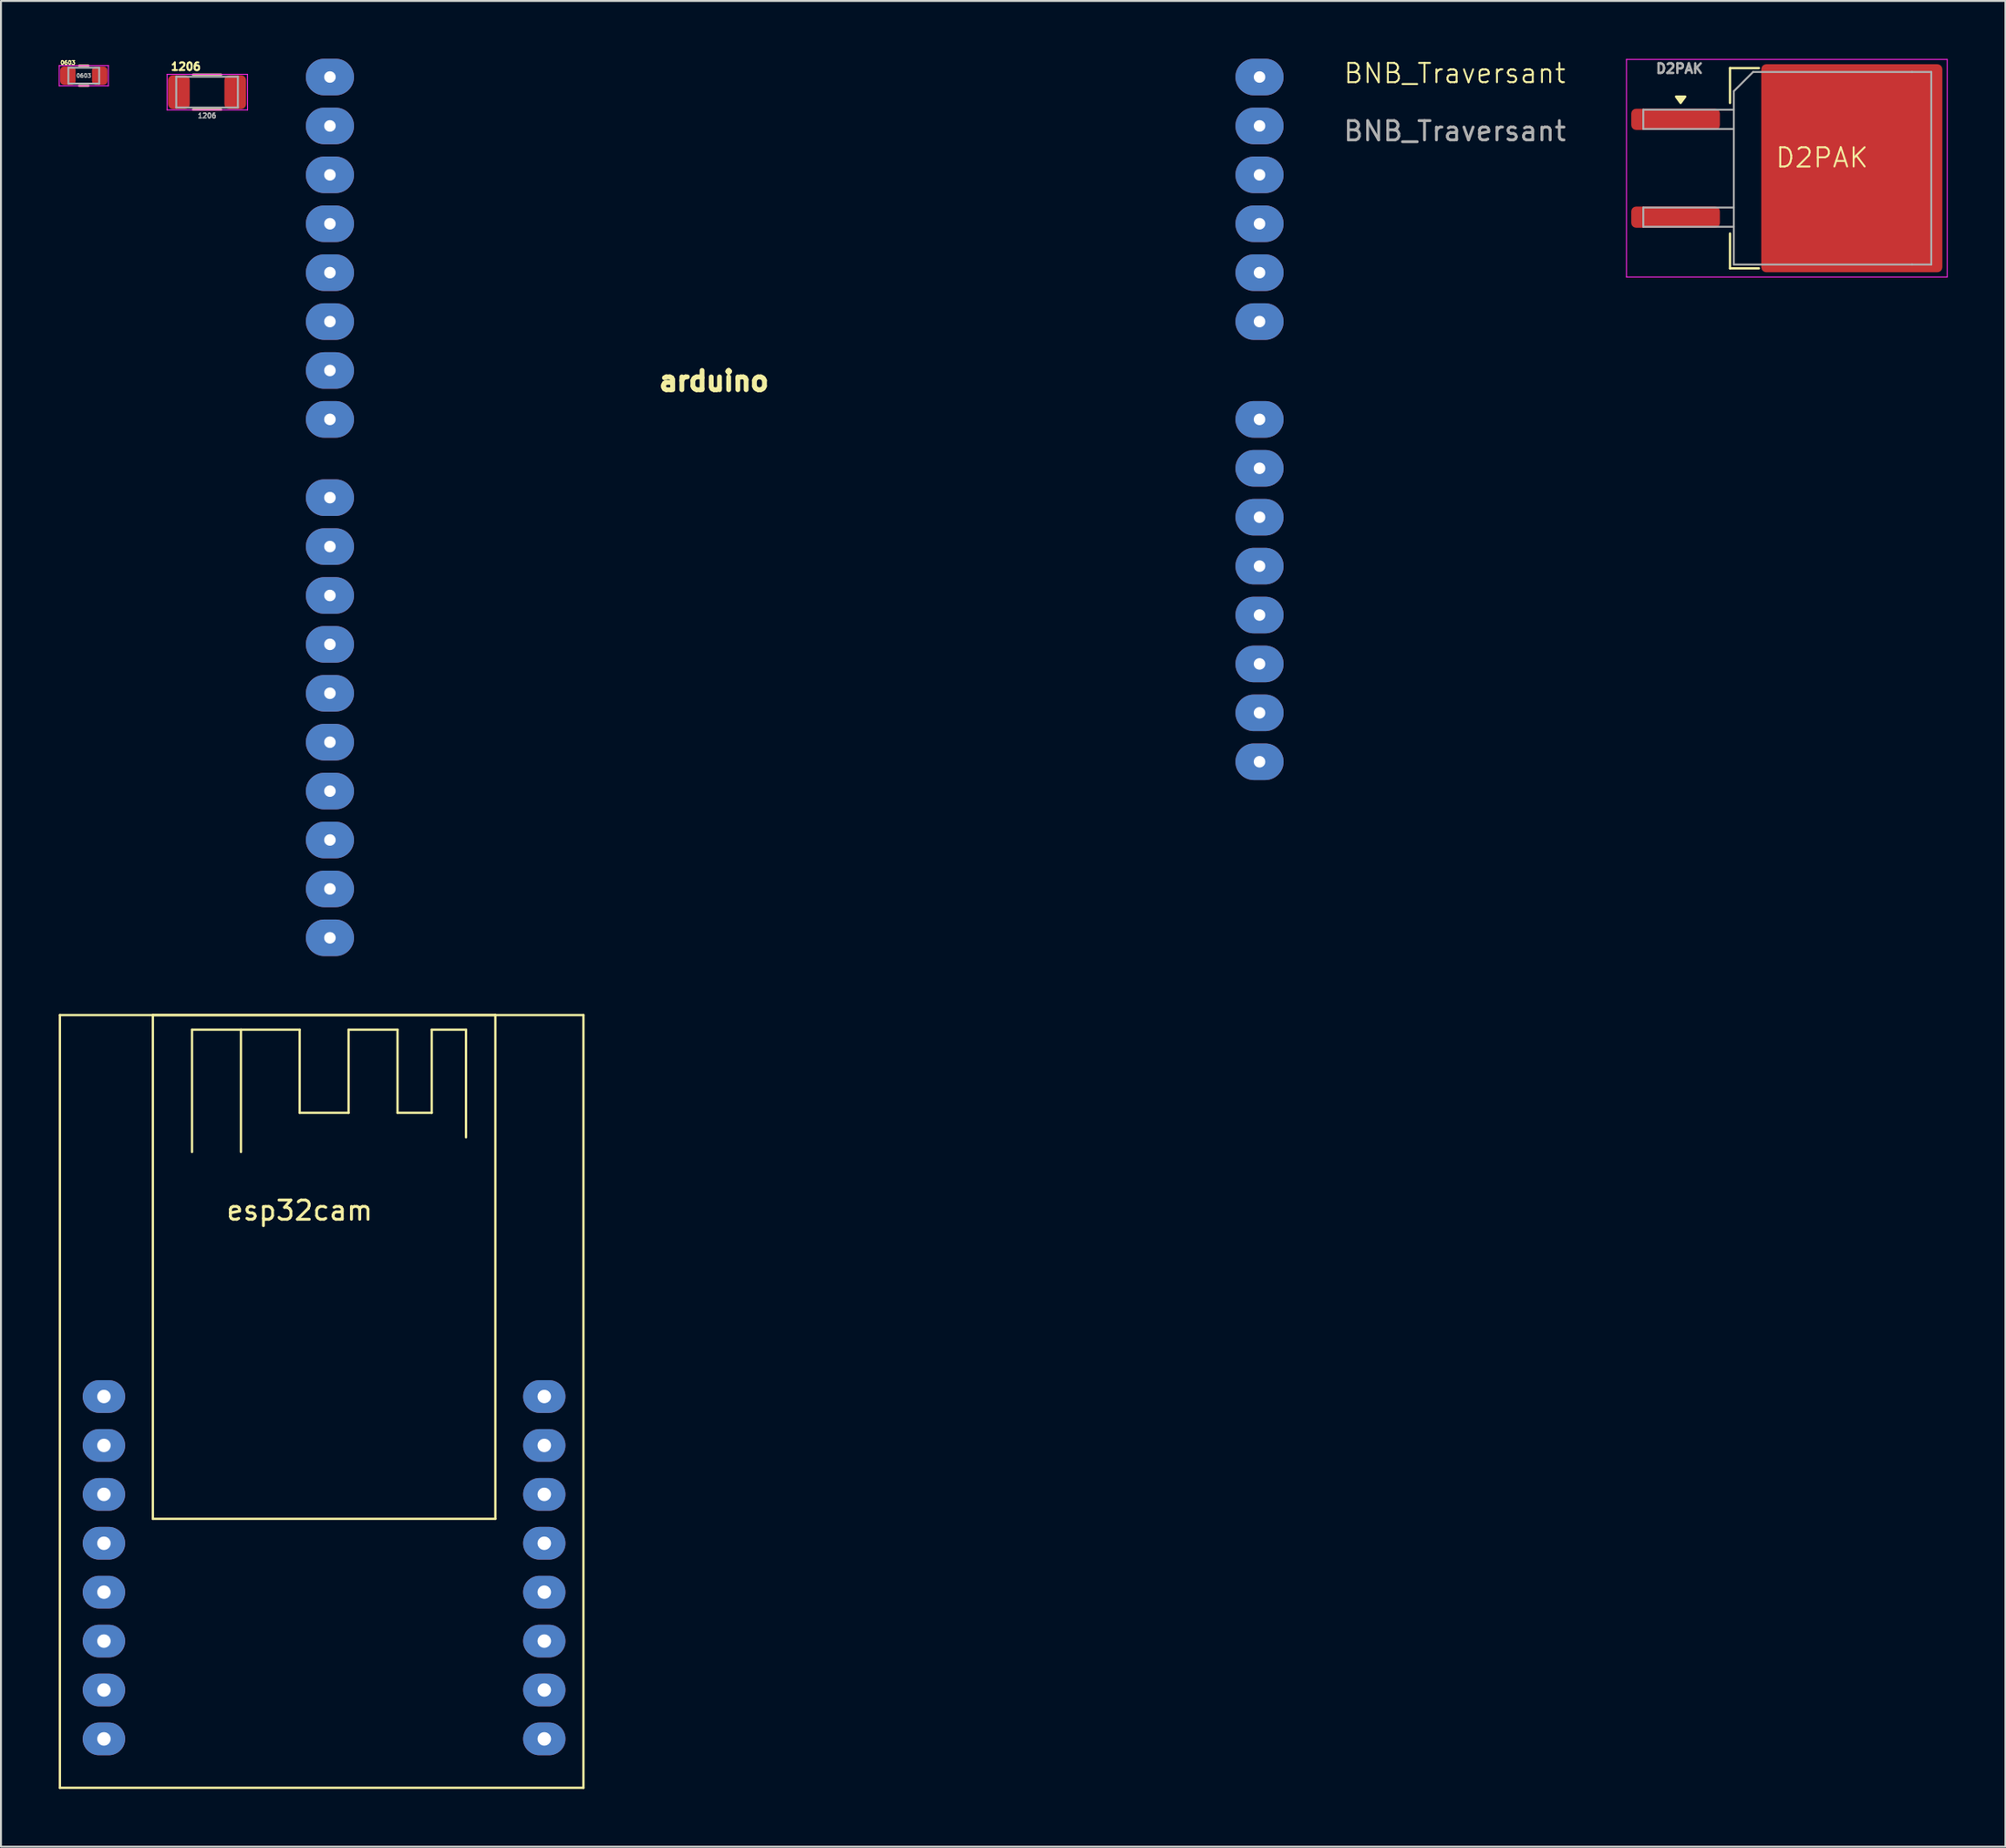
<source format=kicad_pcb>
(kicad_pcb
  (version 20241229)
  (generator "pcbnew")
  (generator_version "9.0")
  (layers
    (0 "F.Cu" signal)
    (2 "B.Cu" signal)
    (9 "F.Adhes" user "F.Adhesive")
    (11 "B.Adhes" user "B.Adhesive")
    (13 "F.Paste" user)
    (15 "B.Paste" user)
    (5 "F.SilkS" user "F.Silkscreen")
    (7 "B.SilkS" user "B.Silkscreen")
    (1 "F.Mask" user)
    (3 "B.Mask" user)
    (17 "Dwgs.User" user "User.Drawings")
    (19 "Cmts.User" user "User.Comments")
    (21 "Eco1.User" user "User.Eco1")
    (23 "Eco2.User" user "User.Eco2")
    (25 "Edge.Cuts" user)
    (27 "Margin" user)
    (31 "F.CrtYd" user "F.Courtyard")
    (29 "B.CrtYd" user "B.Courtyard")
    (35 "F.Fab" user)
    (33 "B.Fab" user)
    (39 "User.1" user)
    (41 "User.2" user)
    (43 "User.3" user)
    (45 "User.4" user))
  (footprint "D2PAK"
    (layer "F.Cu")
    (at 91.536 5.637)
    (property "Reference" "D2PAK" (at 0 -0.5 0) (unlocked yes) (layer "F.SilkS") (effects (font (size 1 1) (thickness 0.1))))
    (attr smd)
    (fp_line (start -4.775 -5.15) (end -4.775 -3.34) (stroke (width 0.12) (type solid)) (layer "F.SilkS"))
    (fp_line (start -4.775 5.25) (end -4.775 3.44) (stroke (width 0.12) (type solid)) (layer "F.SilkS"))
    (fp_line (start -3.275 -5.15) (end -4.775 -5.15) (stroke (width 0.12) (type solid)) (layer "F.SilkS"))
    (fp_line (start -3.275 5.25) (end -4.775 5.25) (stroke (width 0.12) (type solid)) (layer "F.SilkS"))
    (fp_poly (pts (xy -7.338 -3.34) (xy -7.577 -3.67) (xy -7.098 -3.67) (xy -7.338 -3.34)) (stroke (width 0.12) (type solid)) (fill yes) (layer "F.SilkS"))
    (fp_line (start -10.15 -5.6) (end -10.15 5.7) (stroke (width 0.05) (type solid)) (layer "F.CrtYd"))
    (fp_line (start -10.15 5.7) (end 6.5 5.7) (stroke (width 0.05) (type solid)) (layer "F.CrtYd"))
    (fp_line (start 6.5 -5.6) (end -10.15 -5.6) (stroke (width 0.05) (type solid)) (layer "F.CrtYd"))
    (fp_line (start 6.5 5.7) (end 6.5 -5.6) (stroke (width 0.05) (type solid)) (layer "F.CrtYd"))
    (fp_line (start -9.275 -2.99) (end -9.275 -1.99) (stroke (width 0.1) (type solid)) (layer "F.Fab"))
    (fp_line (start -9.275 -1.99) (end -4.575 -1.99) (stroke (width 0.1) (type solid)) (layer "F.Fab"))
    (fp_line (start -9.275 2.09) (end -9.275 3.09) (stroke (width 0.1) (type solid)) (layer "F.Fab"))
    (fp_line (start -9.275 3.09) (end -4.575 3.09) (stroke (width 0.1) (type solid)) (layer "F.Fab"))
    (fp_line (start -4.575 -3.95) (end -3.575 -4.95) (stroke (width 0.1) (type solid)) (layer "F.Fab"))
    (fp_line (start -4.575 -2.99) (end -9.275 -2.99) (stroke (width 0.1) (type solid)) (layer "F.Fab"))
    (fp_line (start -4.575 2.09) (end -9.275 2.09) (stroke (width 0.1) (type solid)) (layer "F.Fab"))
    (fp_line (start -4.575 5.05) (end -4.575 -3.95) (stroke (width 0.1) (type solid)) (layer "F.Fab"))
    (fp_line (start -3.575 -4.95) (end 4.675 -4.95) (stroke (width 0.1) (type solid)) (layer "F.Fab"))
    (fp_line (start 4.675 -4.95) (end 5.675 -4.95) (stroke (width 0.1) (type solid)) (layer "F.Fab"))
    (fp_line (start 4.675 5.05) (end -4.575 5.05) (stroke (width 0.1) (type solid)) (layer "F.Fab"))
    (fp_line (start 5.675 -4.95) (end 5.675 5.05) (stroke (width 0.1) (type solid)) (layer "F.Fab"))
    (fp_line (start 5.675 5.05) (end 4.675 5.05) (stroke (width 0.1) (type solid)) (layer "F.Fab"))
    (fp_text user "${REFERENCE}" (at -7.4 -5.125 0) (unlocked yes) (layer "F.Fab") (effects (font (size 0.5 0.5) (thickness 0.125))))
    (pad "1" smd roundrect (at -7.6 -2.49) (size 4.6 1.1) (layers "F.Cu" "F.Mask" "F.Paste") (roundrect_rratio 0.227))
    (pad "2" smd roundrect (at 1.55 0.05) (size 9.4 10.8) (layers "F.Cu" "F.Mask") (roundrect_rratio 0.027))
    (pad "3" smd roundrect (at -7.6 2.59) (size 4.6 1.1) (layers "F.Cu" "F.Mask" "F.Paste") (roundrect_rratio 0.227)))
  (footprint "0603"
    (layer "F.Cu")
    (at 1.3 0.88)
    (property "Reference" "0603" (at -0.825 -0.675 0) (layer "F.SilkS") (effects (font (size 0.2 0.2) (thickness 0.05))))
    (attr smd)
    (fp_line (start -0.237 -0.522) (end 0.237 -0.522) (stroke (width 0.12) (type solid)) (layer "F.SilkS"))
    (fp_line (start -0.237 0.522) (end 0.237 0.522) (stroke (width 0.12) (type solid)) (layer "F.SilkS"))
    (fp_line (start -1.275 -0.525) (end 1.275 -0.525) (stroke (width 0.05) (type solid)) (layer "F.CrtYd"))
    (fp_line (start -1.275 0.525) (end -1.275 -0.525) (stroke (width 0.05) (type solid)) (layer "F.CrtYd"))
    (fp_line (start 1.275 -0.525) (end 1.275 0.525) (stroke (width 0.05) (type solid)) (layer "F.CrtYd"))
    (fp_line (start 1.275 0.525) (end -1.275 0.525) (stroke (width 0.05) (type solid)) (layer "F.CrtYd"))
    (fp_line (start -0.8 -0.412) (end 0.8 -0.412) (stroke (width 0.1) (type solid)) (layer "F.Fab"))
    (fp_line (start -0.8 0.412) (end -0.8 -0.412) (stroke (width 0.1) (type solid)) (layer "F.Fab"))
    (fp_line (start 0.8 -0.412) (end 0.8 0.412) (stroke (width 0.1) (type solid)) (layer "F.Fab"))
    (fp_line (start 0.8 0.412) (end -0.8 0.412) (stroke (width 0.1) (type solid)) (layer "F.Fab"))
    (fp_text user "${REFERENCE}" (at 0 0 0) (layer "F.Fab") (effects (font (size 0.2 0.2) (thickness 0.05))))
    (pad "1" smd roundrect (at -0.825 0) (size 0.8 0.95) (layers "F.Cu" "F.Mask" "F.Paste") (roundrect_rratio 0.25))
    (pad "2" smd roundrect (at 0.825 0) (size 0.8 0.95) (layers "F.Cu" "F.Mask" "F.Paste") (roundrect_rratio 0.25)))
  (footprint "esp32cam"
    (layer "F.Cu")
    (at 14.284 69.476)
    (property "Reference" "esp32cam" (at -1.778 -9.66 0) (layer "F.SilkS") (effects (font (size 1 1) (thickness 0.15))))
    (attr through_hole)
    (fp_line (start -14.224 -19.812) (end -14.224 20.32) (stroke (width 0.12) (type solid)) (layer "F.SilkS"))
    (fp_line (start -14.224 -19.812) (end 12.954 -19.812) (stroke (width 0.12) (type solid)) (layer "F.SilkS"))
    (fp_line (start -9.398 -19.812) (end 8.382 -19.812) (stroke (width 0.12) (type solid)) (layer "F.SilkS"))
    (fp_line (start -9.398 6.35) (end -9.398 -19.812) (stroke (width 0.12) (type solid)) (layer "F.SilkS"))
    (fp_line (start -7.366 -19.05) (end -4.826 -19.05) (stroke (width 0.12) (type solid)) (layer "F.SilkS"))
    (fp_line (start -7.366 -12.7) (end -7.366 -19.05) (stroke (width 0.12) (type solid)) (layer "F.SilkS"))
    (fp_line (start -4.826 -19.05) (end -4.826 -12.7) (stroke (width 0.12) (type solid)) (layer "F.SilkS"))
    (fp_line (start -4.826 -19.05) (end -1.778 -19.05) (stroke (width 0.12) (type solid)) (layer "F.SilkS"))
    (fp_line (start -1.778 -19.05) (end -1.778 -14.732) (stroke (width 0.12) (type solid)) (layer "F.SilkS"))
    (fp_line (start -1.778 -14.732) (end 0.762 -14.732) (stroke (width 0.12) (type solid)) (layer "F.SilkS"))
    (fp_line (start 0.762 -19.05) (end 3.302 -19.05) (stroke (width 0.12) (type solid)) (layer "F.SilkS"))
    (fp_line (start 0.762 -14.732) (end 0.762 -19.05) (stroke (width 0.12) (type solid)) (layer "F.SilkS"))
    (fp_line (start 3.302 -19.05) (end 3.302 -14.732) (stroke (width 0.12) (type solid)) (layer "F.SilkS"))
    (fp_line (start 3.302 -14.732) (end 5.08 -14.732) (stroke (width 0.12) (type solid)) (layer "F.SilkS"))
    (fp_line (start 5.08 -19.05) (end 6.858 -19.05) (stroke (width 0.12) (type solid)) (layer "F.SilkS"))
    (fp_line (start 5.08 -14.732) (end 5.08 -19.05) (stroke (width 0.12) (type solid)) (layer "F.SilkS"))
    (fp_line (start 6.858 -19.05) (end 6.858 -13.462) (stroke (width 0.12) (type solid)) (layer "F.SilkS"))
    (fp_line (start 8.382 6.35) (end -9.398 6.35) (stroke (width 0.12) (type solid)) (layer "F.SilkS"))
    (fp_line (start 8.382 6.35) (end 8.382 -19.812) (stroke (width 0.12) (type solid)) (layer "F.SilkS"))
    (fp_line (start 12.954 20.32) (end -14.224 20.32) (stroke (width 0.12) (type solid)) (layer "F.SilkS"))
    (fp_line (start 12.954 20.32) (end 12.954 -19.812) (stroke (width 0.12) (type solid)) (layer "F.SilkS"))
    (pad "1" thru_hole oval (at -11.938 0) (size 2.2 1.7) (drill 0.7) (layers "*.Cu" "*.Mask"))
    (pad "2" thru_hole oval (at -11.938 2.54) (size 2.2 1.7) (drill 0.7) (layers "*.Cu" "*.Mask"))
    (pad "3" thru_hole oval (at -11.938 5.08) (size 2.2 1.7) (drill 0.7) (layers "*.Cu" "*.Mask"))
    (pad "4" thru_hole oval (at -11.938 7.62) (size 2.2 1.7) (drill 0.7) (layers "*.Cu" "*.Mask"))
    (pad "5" thru_hole oval (at -11.938 10.16) (size 2.2 1.7) (drill 0.7) (layers "*.Cu" "*.Mask"))
    (pad "6" thru_hole oval (at -11.938 12.7) (size 2.2 1.7) (drill 0.7) (layers "*.Cu" "*.Mask"))
    (pad "7" thru_hole oval (at -11.938 15.24) (size 2.2 1.7) (drill 0.7) (layers "*.Cu" "*.Mask"))
    (pad "8" thru_hole oval (at -11.938 17.78) (size 2.2 1.7) (drill 0.7) (layers "*.Cu" "*.Mask"))
    (pad "9" thru_hole oval (at 10.922 17.78) (size 2.2 1.7) (drill 0.7) (layers "*.Cu" "*.Mask"))
    (pad "10" thru_hole oval (at 10.922 15.24) (size 2.2 1.7) (drill 0.7) (layers "*.Cu" "*.Mask"))
    (pad "11" thru_hole oval (at 10.922 12.7) (size 2.2 1.7) (drill 0.7) (layers "*.Cu" "*.Mask"))
    (pad "12" thru_hole oval (at 10.922 10.16) (size 2.2 1.7) (drill 0.7) (layers "*.Cu" "*.Mask"))
    (pad "13" thru_hole oval (at 10.922 7.62) (size 2.2 1.7) (drill 0.7) (layers "*.Cu" "*.Mask"))
    (pad "14" thru_hole oval (at 10.922 5.08) (size 2.2 1.7) (drill 0.7) (layers "*.Cu" "*.Mask"))
    (pad "15" thru_hole oval (at 10.922 2.54) (size 2.2 1.7) (drill 0.7) (layers "*.Cu" "*.Mask"))
    (pad "16" thru_hole oval (at 10.922 0) (size 2.2 1.7) (drill 0.7) (layers "*.Cu" "*.Mask")))
  (footprint "arduino"
    (layer "F.Cu")
    (at 14.077 0.95)
    (property "Reference" "arduino" (at 19.939 15.789 0) (layer "F.SilkS") (effects (font (size 1.001 1.001) (thickness 0.251))))
    (attr through_hole)
    (pad "1" thru_hole oval (at 0 0) (size 2.499 1.9) (drill 0.599) (layers "*.Cu" "*.Mask"))
    (pad "2" thru_hole oval (at 0 2.54) (size 2.499 1.9) (drill 0.599) (layers "*.Cu" "*.Mask"))
    (pad "3" thru_hole oval (at 0 5.08) (size 2.499 1.9) (drill 0.599) (layers "*.Cu" "*.Mask"))
    (pad "4" thru_hole oval (at 0 7.62) (size 2.499 1.9) (drill 0.599) (layers "*.Cu" "*.Mask"))
    (pad "5" thru_hole oval (at 0 10.16) (size 2.499 1.9) (drill 0.599) (layers "*.Cu" "*.Mask"))
    (pad "6" thru_hole oval (at 0 12.7) (size 2.499 1.9) (drill 0.599) (layers "*.Cu" "*.Mask"))
    (pad "7" thru_hole oval (at 0 15.24) (size 2.499 1.9) (drill 0.599) (layers "*.Cu" "*.Mask"))
    (pad "8" thru_hole oval (at 0 17.78) (size 2.499 1.9) (drill 0.599) (layers "*.Cu" "*.Mask"))
    (pad "9" thru_hole oval (at 0 21.844) (size 2.499 1.9) (drill 0.599) (layers "*.Cu" "*.Mask"))
    (pad "10" thru_hole oval (at 0 24.384) (size 2.499 1.9) (drill 0.599) (layers "*.Cu" "*.Mask"))
    (pad "11" thru_hole oval (at 0 26.924) (size 2.499 1.9) (drill 0.599) (layers "*.Cu" "*.Mask"))
    (pad "12" thru_hole oval (at 0 29.464) (size 2.499 1.9) (drill 0.599) (layers "*.Cu" "*.Mask"))
    (pad "13" thru_hole oval (at 0 32.004) (size 2.499 1.9) (drill 0.599) (layers "*.Cu" "*.Mask"))
    (pad "14" thru_hole oval (at 0 34.544) (size 2.499 1.9) (drill 0.599) (layers "*.Cu" "*.Mask"))
    (pad "15" thru_hole oval (at 0 37.084) (size 2.499 1.9) (drill 0.599) (layers "*.Cu" "*.Mask"))
    (pad "16" thru_hole oval (at 0 39.624) (size 2.499 1.9) (drill 0.599) (layers "*.Cu" "*.Mask"))
    (pad "17" thru_hole oval (at 0 42.164) (size 2.499 1.9) (drill 0.599) (layers "*.Cu" "*.Mask"))
    (pad "18" thru_hole oval (at 0 44.704) (size 2.499 1.9) (drill 0.599) (layers "*.Cu" "*.Mask"))
    (pad "19" thru_hole oval (at 48.26 35.56) (size 2.499 1.9) (drill 0.599) (layers "*.Cu" "*.Mask"))
    (pad "20" thru_hole oval (at 48.26 33.02) (size 2.499 1.9) (drill 0.599) (layers "*.Cu" "*.Mask"))
    (pad "21" thru_hole oval (at 48.26 30.48) (size 2.499 1.9) (drill 0.599) (layers "*.Cu" "*.Mask"))
    (pad "22" thru_hole oval (at 48.26 27.94) (size 2.499 1.9) (drill 0.599) (layers "*.Cu" "*.Mask"))
    (pad "23" thru_hole oval (at 48.26 25.4) (size 2.499 1.9) (drill 0.599) (layers "*.Cu" "*.Mask"))
    (pad "24" thru_hole oval (at 48.26 22.86) (size 2.499 1.9) (drill 0.599) (layers "*.Cu" "*.Mask"))
    (pad "25" thru_hole oval (at 48.26 20.32) (size 2.499 1.9) (drill 0.599) (layers "*.Cu" "*.Mask"))
    (pad "26" thru_hole oval (at 48.26 17.78) (size 2.499 1.9) (drill 0.599) (layers "*.Cu" "*.Mask"))
    (pad "27" thru_hole oval (at 48.26 12.7) (size 2.499 1.9) (drill 0.599) (layers "*.Cu" "*.Mask"))
    (pad "28" thru_hole oval (at 48.26 10.16) (size 2.499 1.9) (drill 0.599) (layers "*.Cu" "*.Mask"))
    (pad "29" thru_hole oval (at 48.26 7.62) (size 2.499 1.9) (drill 0.599) (layers "*.Cu" "*.Mask"))
    (pad "30" thru_hole oval (at 48.26 5.08) (size 2.499 1.9) (drill 0.599) (layers "*.Cu" "*.Mask"))
    (pad "31" thru_hole oval (at 48.26 2.54) (size 2.499 1.9) (drill 0.599) (layers "*.Cu" "*.Mask"))
    (pad "32" thru_hole oval (at 48.26 0) (size 2.499 1.9) (drill 0.599) (layers "*.Cu" "*.Mask")))
  (footprint "1206"
    (layer "F.Cu")
    (at 7.7 1.734)
    (property "Reference" "1206" (at -1.1 -1.325 0) (layer "F.SilkS") (effects (font (size 0.4 0.4) (thickness 0.1))))
    (attr smd)
    (fp_line (start -0.727 -0.91) (end 0.727 -0.91) (stroke (width 0.12) (type solid)) (layer "F.SilkS"))
    (fp_line (start -0.727 0.91) (end 0.727 0.91) (stroke (width 0.12) (type solid)) (layer "F.SilkS"))
    (fp_line (start -2.075 -0.925) (end 2.098 -0.925) (stroke (width 0.05) (type solid)) (layer "F.CrtYd"))
    (fp_line (start -2.075 0.925) (end -2.075 -0.925) (stroke (width 0.05) (type solid)) (layer "F.CrtYd"))
    (fp_line (start 2.098 -0.925) (end 2.103 0.925) (stroke (width 0.05) (type solid)) (layer "F.CrtYd"))
    (fp_line (start 2.103 0.925) (end -2.075 0.925) (stroke (width 0.05) (type solid)) (layer "F.CrtYd"))
    (fp_line (start -1.6 -0.8) (end 1.6 -0.8) (stroke (width 0.1) (type solid)) (layer "F.Fab"))
    (fp_line (start -1.6 0.8) (end -1.6 -0.8) (stroke (width 0.1) (type solid)) (layer "F.Fab"))
    (fp_line (start 1.6 -0.8) (end 1.6 0.8) (stroke (width 0.1) (type solid)) (layer "F.Fab"))
    (fp_line (start 1.6 0.8) (end -1.6 0.8) (stroke (width 0.1) (type solid)) (layer "F.Fab"))
    (fp_text user "${REFERENCE}" (at 0 1.225 0) (layer "F.Fab") (effects (font (size 0.25 0.25) (thickness 0.062))))
    (pad "1" smd roundrect (at -1.462 0) (size 1.125 1.75) (layers "F.Cu" "F.Mask" "F.Paste") (roundrect_rratio 0.222))
    (pad "2" smd roundrect (at 1.462 0) (size 1.125 1.75) (layers "F.Cu" "F.Mask" "F.Paste") (roundrect_rratio 0.222)))
  (footprint "BNB_Traversant"
    (layer "F.Cu")
    (at 72.474 1.26)
    (property "Reference" "BNB_Traversant" (at 0 -0.5 0) (unlocked yes) (layer "F.SilkS") (effects (font (size 1 1) (thickness 0.1))))
    (attr through_hole)
    (fp_text user "${REFERENCE}" (at 0 2.5 0) (unlocked yes) (layer "F.Fab") (effects (font (size 1 1) (thickness 0.15)))))
  (gr_rect
    (start -3 -3)
    (end 101.061 92.856)
    (stroke (width 0.1) (type default))
    (fill no)
    (layer "Edge.Cuts")))
</source>
